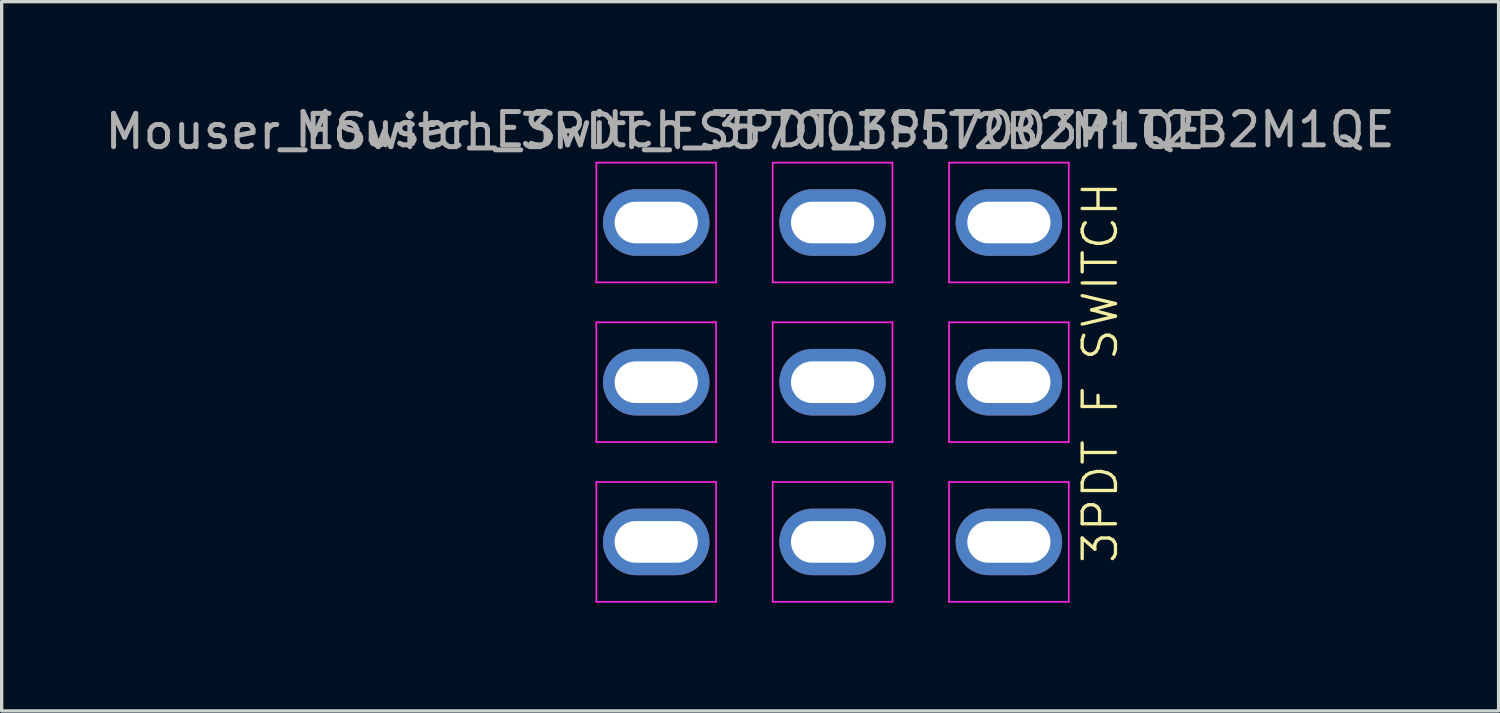
<source format=kicad_pcb>
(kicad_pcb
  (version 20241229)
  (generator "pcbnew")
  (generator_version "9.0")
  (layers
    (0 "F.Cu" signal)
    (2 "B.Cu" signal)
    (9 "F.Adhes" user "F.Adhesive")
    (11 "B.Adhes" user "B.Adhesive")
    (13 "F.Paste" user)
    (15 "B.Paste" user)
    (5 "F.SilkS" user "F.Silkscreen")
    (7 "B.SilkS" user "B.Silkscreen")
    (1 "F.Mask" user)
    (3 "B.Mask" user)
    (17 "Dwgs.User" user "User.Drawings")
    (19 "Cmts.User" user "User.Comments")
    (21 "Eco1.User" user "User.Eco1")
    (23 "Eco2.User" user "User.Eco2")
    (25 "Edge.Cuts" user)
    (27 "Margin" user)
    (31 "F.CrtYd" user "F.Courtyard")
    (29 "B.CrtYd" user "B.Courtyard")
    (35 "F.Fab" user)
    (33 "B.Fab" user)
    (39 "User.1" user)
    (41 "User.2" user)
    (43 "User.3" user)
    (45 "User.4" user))
  (footprint "Mouser_ESwitch_3PDT_FS57003PLT2B2M1QE"
    (layer "F.Cu")
    (at 14.844 15.068)
    (property "Reference" "Mouser_ESwitch_3PDT_FS57003PLT2B2M1QE" (at 1.805 -14.165 0) (layer "F.Fab") (effects (font (size 1 1) (thickness 0.15))))
    (attr through_hole)
    (fp_line (start 0.03 -13.23) (end 0.03 -9.63) (stroke (width 0.05) (type solid)) (layer "F.CrtYd"))
    (fp_line (start 0.03 -9.63) (end 3.63 -9.63) (stroke (width 0.05) (type solid)) (layer "F.CrtYd"))
    (fp_line (start 0.03 -8.43) (end 0.03 -4.83) (stroke (width 0.05) (type solid)) (layer "F.CrtYd"))
    (fp_line (start 0.03 -4.83) (end 3.63 -4.83) (stroke (width 0.05) (type solid)) (layer "F.CrtYd"))
    (fp_line (start 0.03 -3.63) (end 0.03 -0.03) (stroke (width 0.05) (type solid)) (layer "F.CrtYd"))
    (fp_line (start 0.03 -0.03) (end 3.63 -0.03) (stroke (width 0.05) (type solid)) (layer "F.CrtYd"))
    (fp_line (start 3.63 -13.23) (end 0.03 -13.23) (stroke (width 0.05) (type solid)) (layer "F.CrtYd"))
    (fp_line (start 3.63 -9.63) (end 3.63 -13.23) (stroke (width 0.05) (type solid)) (layer "F.CrtYd"))
    (fp_line (start 3.63 -8.43) (end 0.03 -8.43) (stroke (width 0.05) (type solid)) (layer "F.CrtYd"))
    (fp_line (start 3.63 -4.83) (end 3.63 -8.43) (stroke (width 0.05) (type solid)) (layer "F.CrtYd"))
    (fp_line (start 3.63 -3.63) (end 0.03 -3.63) (stroke (width 0.05) (type solid)) (layer "F.CrtYd"))
    (fp_line (start 3.63 -0.03) (end 3.63 -3.63) (stroke (width 0.05) (type solid)) (layer "F.CrtYd"))
    (fp_line (start 5.33 -13.23) (end 5.33 -9.63) (stroke (width 0.05) (type solid)) (layer "F.CrtYd"))
    (fp_line (start 5.33 -9.63) (end 8.93 -9.63) (stroke (width 0.05) (type solid)) (layer "F.CrtYd"))
    (fp_line (start 5.33 -8.43) (end 5.33 -4.83) (stroke (width 0.05) (type solid)) (layer "F.CrtYd"))
    (fp_line (start 5.33 -4.83) (end 8.93 -4.83) (stroke (width 0.05) (type solid)) (layer "F.CrtYd"))
    (fp_line (start 5.33 -3.63) (end 5.33 -0.03) (stroke (width 0.05) (type solid)) (layer "F.CrtYd"))
    (fp_line (start 5.33 -0.03) (end 8.93 -0.03) (stroke (width 0.05) (type solid)) (layer "F.CrtYd"))
    (fp_line (start 8.93 -13.23) (end 5.33 -13.23) (stroke (width 0.05) (type solid)) (layer "F.CrtYd"))
    (fp_line (start 8.93 -9.63) (end 8.93 -13.23) (stroke (width 0.05) (type solid)) (layer "F.CrtYd"))
    (fp_line (start 8.93 -8.43) (end 5.33 -8.43) (stroke (width 0.05) (type solid)) (layer "F.CrtYd"))
    (fp_line (start 8.93 -4.83) (end 8.93 -8.43) (stroke (width 0.05) (type solid)) (layer "F.CrtYd"))
    (fp_line (start 8.93 -3.63) (end 5.33 -3.63) (stroke (width 0.05) (type solid)) (layer "F.CrtYd"))
    (fp_line (start 8.93 -0.03) (end 8.93 -3.63) (stroke (width 0.05) (type solid)) (layer "F.CrtYd"))
    (fp_line (start 10.63 -13.23) (end 10.63 -9.63) (stroke (width 0.05) (type solid)) (layer "F.CrtYd"))
    (fp_line (start 10.63 -9.63) (end 14.23 -9.63) (stroke (width 0.05) (type solid)) (layer "F.CrtYd"))
    (fp_line (start 10.63 -8.43) (end 10.63 -4.83) (stroke (width 0.05) (type solid)) (layer "F.CrtYd"))
    (fp_line (start 10.63 -4.83) (end 14.23 -4.83) (stroke (width 0.05) (type solid)) (layer "F.CrtYd"))
    (fp_line (start 10.63 -3.63) (end 10.63 -0.03) (stroke (width 0.05) (type solid)) (layer "F.CrtYd"))
    (fp_line (start 10.63 -0.03) (end 14.23 -0.03) (stroke (width 0.05) (type solid)) (layer "F.CrtYd"))
    (fp_line (start 14.23 -13.23) (end 10.63 -13.23) (stroke (width 0.05) (type solid)) (layer "F.CrtYd"))
    (fp_line (start 14.23 -9.63) (end 14.23 -13.23) (stroke (width 0.05) (type solid)) (layer "F.CrtYd"))
    (fp_line (start 14.23 -8.43) (end 10.63 -8.43) (stroke (width 0.05) (type solid)) (layer "F.CrtYd"))
    (fp_line (start 14.23 -4.83) (end 14.23 -8.43) (stroke (width 0.05) (type solid)) (layer "F.CrtYd"))
    (fp_line (start 14.23 -3.63) (end 10.63 -3.63) (stroke (width 0.05) (type solid)) (layer "F.CrtYd"))
    (fp_line (start 14.23 -0.03) (end 14.23 -3.63) (stroke (width 0.05) (type solid)) (layer "F.CrtYd"))
    (fp_text user "3PDT F SWITCH" (at 15.76 -1.12 90) (unlocked yes) (layer "F.SilkS") (effects (font (size 1 1) (thickness 0.1)) (justify left bottom)))
    (fp_text user "${REFERENCE}" (at 7.5 -14.22 0) (layer "F.Fab") (effects (font (size 1 1) (thickness 0.15))))
    (pad "1" thru_hole oval (at 1.83 -11.43) (size 3.2 2) (drill oval 2.5 1.25) (layers "*.Cu" "*.Mask"))
    (pad "2" thru_hole oval (at 7.13 -11.43) (size 3.2 2) (drill oval 2.5 1.25) (layers "*.Cu" "*.Mask"))
    (pad "3" thru_hole oval (at 12.43 -11.43) (size 3.2 2) (drill oval 2.5 1.25) (layers "*.Cu" "*.Mask"))
    (pad "4" thru_hole oval (at 1.83 -6.63) (size 3.2 2) (drill oval 2.5 1.25) (layers "*.Cu" "*.Mask"))
    (pad "5" thru_hole oval (at 7.13 -6.63) (size 3.2 2) (drill oval 2.5 1.25) (layers "*.Cu" "*.Mask"))
    (pad "6" thru_hole oval (at 12.43 -6.63) (size 3.2 2) (drill oval 2.5 1.25) (layers "*.Cu" "*.Mask"))
    (pad "7" thru_hole oval (at 1.83 -1.83) (size 3.2 2) (drill oval 2.5 1.25) (layers "*.Cu" "*.Mask"))
    (pad "8" thru_hole oval (at 7.13 -1.83) (size 3.2 2) (drill oval 2.5 1.25) (layers "*.Cu" "*.Mask"))
    (pad "9" thru_hole oval (at 12.43 -1.83) (size 3.2 2) (drill oval 2.5 1.25) (layers "*.Cu" "*.Mask")))
  (gr_rect
    (start -3 -3)
    (end 41.993 18.318)
    (stroke (width 0.1) (type default))
    (fill no)
    (layer "Edge.Cuts")))
</source>
